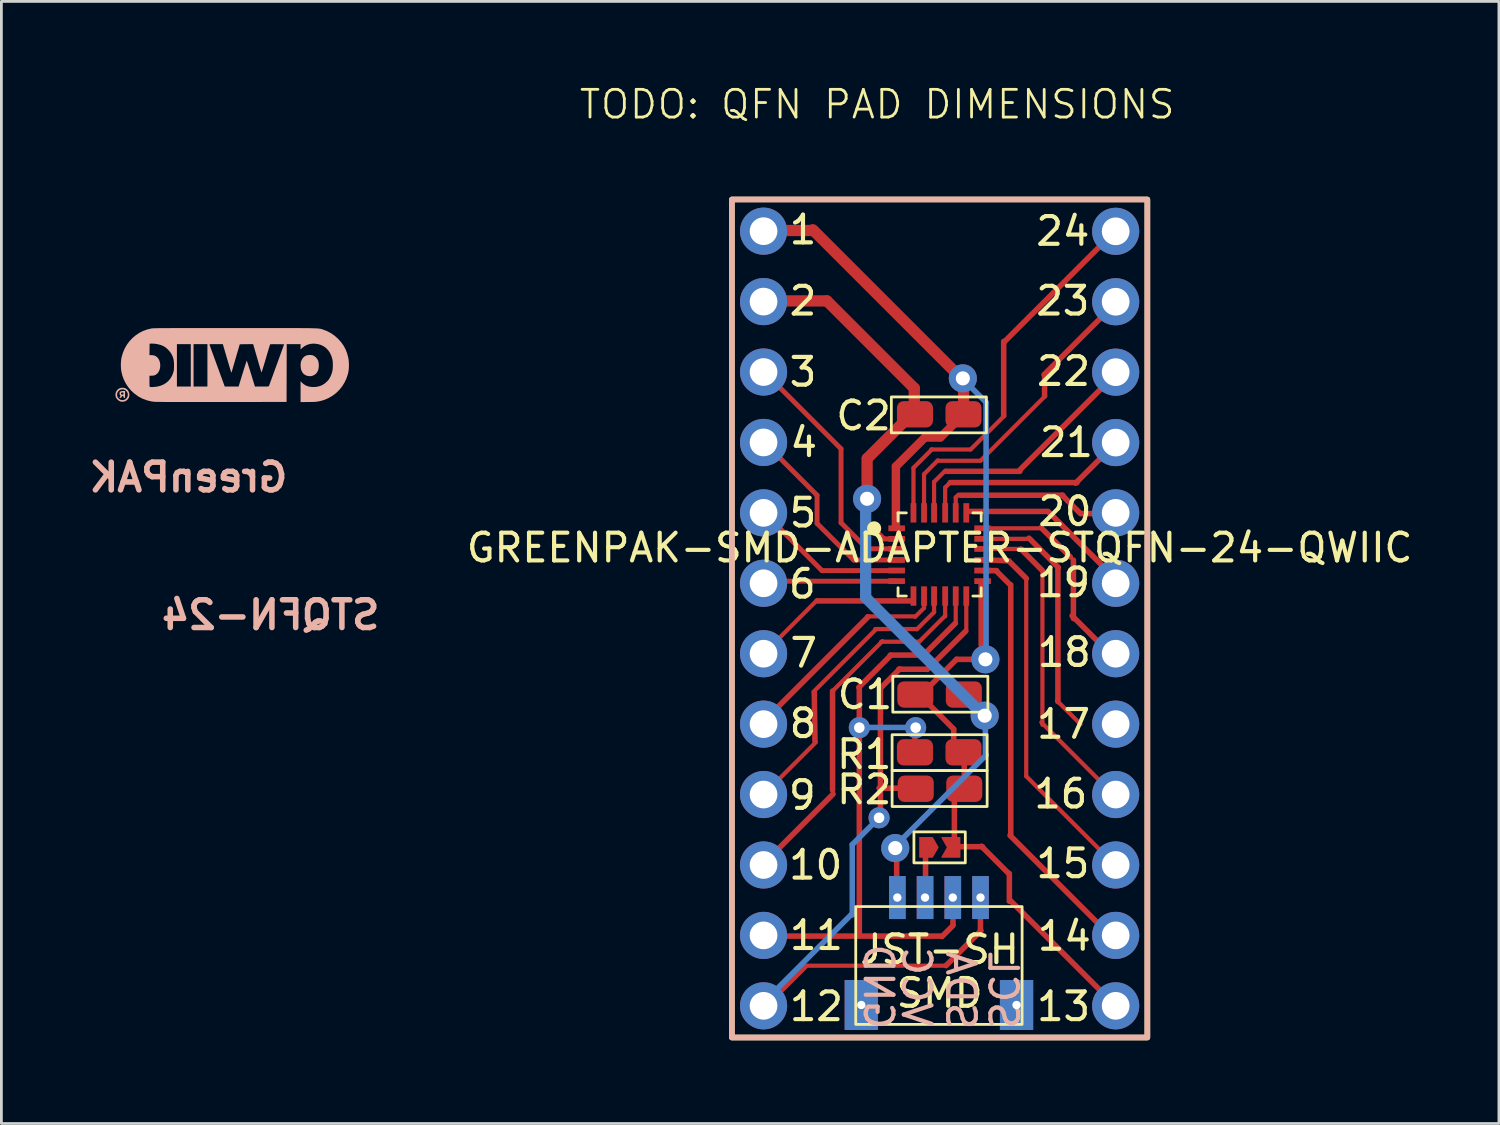
<source format=kicad_pcb>
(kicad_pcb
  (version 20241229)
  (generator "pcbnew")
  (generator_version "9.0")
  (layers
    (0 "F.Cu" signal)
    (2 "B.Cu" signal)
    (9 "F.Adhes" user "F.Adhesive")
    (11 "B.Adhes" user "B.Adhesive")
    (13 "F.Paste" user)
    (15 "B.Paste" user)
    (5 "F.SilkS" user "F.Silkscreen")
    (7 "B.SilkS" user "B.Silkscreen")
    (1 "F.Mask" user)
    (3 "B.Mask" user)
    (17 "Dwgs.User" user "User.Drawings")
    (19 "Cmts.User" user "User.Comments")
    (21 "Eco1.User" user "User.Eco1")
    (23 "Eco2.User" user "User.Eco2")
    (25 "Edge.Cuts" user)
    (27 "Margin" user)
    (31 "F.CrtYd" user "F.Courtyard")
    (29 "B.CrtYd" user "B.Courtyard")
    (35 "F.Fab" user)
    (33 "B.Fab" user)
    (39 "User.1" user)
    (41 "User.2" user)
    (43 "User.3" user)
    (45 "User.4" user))
  (footprint "GREENPAK-SMD-ADAPTER-STQFN-24-QWIIC"
    (layer "F.Cu")
    (at 30.84 19.258)
    (property "Reference" "GREENPAK-SMD-ADAPTER-STQFN-24-QWIIC" (at 0 -2.55 0) (layer "F.SilkS") (effects (font (size 1 1) (thickness 0.15))))
    (attr smd)
    (fp_line (start -6.452 -13.995) (end -4.572 -13.995) (stroke (width 0.406) (type default)) (layer "F.Cu"))
    (fp_line (start -6.375 -11.455) (end -4.064 -11.455) (stroke (width 0.406) (type default)) (layer "F.Cu"))
    (fp_line (start -6.375 -8.941) (end -3.557 -6.122) (stroke (width 0.178) (type default)) (layer "F.Cu"))
    (fp_line (start -6.375 6.375) (end -4.462 4.462) (stroke (width 0.152) (type default)) (layer "F.Cu"))
    (fp_line (start -6.375 8.865) (end -3.843 6.332) (stroke (width 0.2) (type default)) (layer "F.Cu"))
    (fp_line (start -6.375 11.455) (end 0.076 11.455) (stroke (width 0.2) (type default)) (layer "F.Cu"))
    (fp_line (start -6.35 -6.376) (end -4.42 -4.445) (stroke (width 0.178) (type default)) (layer "F.Cu"))
    (fp_line (start -6.325 -3.81) (end -4.244 -1.729) (stroke (width 0.178) (type default)) (layer "F.Cu"))
    (fp_line (start -6.198 -1.346) (end -1.613 -1.346) (stroke (width 0.178) (type default)) (layer "F.Cu"))
    (fp_line (start -6.16 13.856) (end -4.852 12.548) (stroke (width 0.2) (type default)) (layer "F.Cu"))
    (fp_line (start -4.851 12.522) (end 0.254 12.522) (stroke (width 0.152) (type default)) (layer "F.Cu"))
    (fp_line (start -4.572 -14.021) (end 0.893 -8.556) (stroke (width 0.406) (type default)) (layer "F.Cu"))
    (fp_line (start -4.496 4.42) (end -4.521 2.667) (stroke (width 0.2) (type default)) (layer "F.Cu"))
    (fp_line (start -4.422 -0.658) (end -6.35 1.27) (stroke (width 0.152) (type default)) (layer "F.Cu"))
    (fp_line (start -4.42 -4.445) (end -4.42 -3.429) (stroke (width 0.178) (type default)) (layer "F.Cu"))
    (fp_line (start -4.42 -0.635) (end -0.953 -0.635) (stroke (width 0.2) (type default)) (layer "F.Cu"))
    (fp_line (start -4.064 -11.455) (end -0.909 -8.3) (stroke (width 0.406) (type default)) (layer "F.Cu"))
    (fp_line (start -3.861 6.198) (end -3.861 2.616) (stroke (width 0.2) (type default)) (layer "F.Cu"))
    (fp_line (start -3.843 2.599) (end -2.062 0.818) (stroke (width 0.152) (type default)) (layer "F.Cu"))
    (fp_line (start -3.556 -6.121) (end -3.556 -3.454) (stroke (width 0.178) (type default)) (layer "F.Cu"))
    (fp_line (start -3.556 -3.454) (end -2.616 -2.515) (stroke (width 0.178) (type default)) (layer "F.Cu"))
    (fp_line (start -3.099 -2.108) (end -4.42 -3.429) (stroke (width 0.178) (type default)) (layer "F.Cu"))
    (fp_line (start -2.914 2.482) (end -1.755 1.323) (stroke (width 0.2) (type default)) (layer "F.Cu"))
    (fp_line (start -2.896 2.515) (end -2.896 11.43) (stroke (width 0.2) (type default)) (layer "F.Cu"))
    (fp_line (start -2.616 -4.318) (end -2.616 -5.766) (stroke (width 0.406) (type default)) (layer "F.Cu"))
    (fp_line (start -2.616 -3.48) (end -2.616 -4.242) (stroke (width 0.178) (type default)) (layer "F.Cu"))
    (fp_line (start -2.616 -2.515) (end -1.512 -2.515) (stroke (width 0.178) (type default)) (layer "F.Cu"))
    (fp_line (start -2.616 -0.076) (end -0.889 -0.076) (stroke (width 0.152) (type default)) (layer "F.Cu"))
    (fp_line (start -2.605 -5.777) (end -1.081 -7.301) (stroke (width 0.406) (type default)) (layer "F.Cu"))
    (fp_line (start -2.581 -0.06) (end -6.426 3.785) (stroke (width 0.2) (type default)) (layer "F.Cu"))
    (fp_line (start -2.324 0.381) (end -0.826 0.381) (stroke (width 0.152) (type default)) (layer "F.Cu"))
    (fp_line (start -2.287 0.382) (end -4.547 2.642) (stroke (width 0.152) (type default)) (layer "F.Cu"))
    (fp_line (start -2.184 6.121) (end -0.914 6.121) (stroke (width 0.2) (type default)) (layer "F.Cu"))
    (fp_line (start -2.134 2.54) (end -2.134 7.214) (stroke (width 0.2) (type default)) (layer "F.Cu"))
    (fp_line (start -2.108 0.838) (end -0.737 0.838) (stroke (width 0.152) (type default)) (layer "F.Cu"))
    (fp_line (start -2.098 2.479) (end -1.434 1.815) (stroke (width 0.2) (type default)) (layer "F.Cu"))
    (fp_line (start -2.007 -2.872) (end -2.616 -3.481) (stroke (width 0.178) (type default)) (layer "F.Cu"))
    (fp_line (start -1.778 1.321) (end -0.584 1.321) (stroke (width 0.2) (type default)) (layer "F.Cu"))
    (fp_line (start -1.577 -5.485) (end -1.577 -3.358) (stroke (width 0.305) (type default)) (layer "F.Cu"))
    (fp_line (start -1.55 -1.727) (end -4.242 -1.727) (stroke (width 0.178) (type default)) (layer "F.Cu"))
    (fp_line (start -1.549 10.058) (end -1.549 8.306) (stroke (width 0.2) (type default)) (layer "F.Cu"))
    (fp_line (start -1.525 -2.11) (end -3.099 -2.11) (stroke (width 0.178) (type default)) (layer "F.Cu"))
    (fp_line (start -1.5 -2.872) (end -2.007 -2.872) (stroke (width 0.178) (type default)) (layer "F.Cu"))
    (fp_line (start -1.473 1.829) (end -0.457 1.829) (stroke (width 0.2) (type default)) (layer "F.Cu"))
    (fp_line (start -0.943 -5.434) (end -0.273 -6.104) (stroke (width 0.152) (type default)) (layer "F.Cu"))
    (fp_line (start -0.943 -3.81) (end -0.943 -5.434) (stroke (width 0.152) (type default)) (layer "F.Cu"))
    (fp_line (start -0.914 -8.306) (end -0.914 -7.366) (stroke (width 0.406) (type default)) (layer "F.Cu"))
    (fp_line (start -0.889 5.055) (end -0.889 4.064) (stroke (width 0.2) (type default)) (layer "F.Cu"))
    (fp_line (start -0.57 -0.372) (end -0.882 -0.06) (stroke (width 0.152) (type default)) (layer "F.Cu"))
    (fp_line (start -0.562 -5.206) (end -0.064 -5.703) (stroke (width 0.152) (type default)) (layer "F.Cu"))
    (fp_line (start -0.562 -3.81) (end -0.562 -5.206) (stroke (width 0.152) (type default)) (layer "F.Cu"))
    (fp_line (start -0.562 -0.81) (end -0.562 -0.38) (stroke (width 0.152) (type default)) (layer "F.Cu"))
    (fp_line (start -0.529 -6.531) (end -1.574 -5.486) (stroke (width 0.305) (type default)) (layer "F.Cu"))
    (fp_line (start -0.522 2.605) (end 0.613 1.47) (stroke (width 0.2) (type default)) (layer "F.Cu"))
    (fp_line (start -0.512 2.968) (end 0.505 3.985) (stroke (width 0.2) (type default)) (layer "F.Cu"))
    (fp_line (start -0.508 10.135) (end -0.508 8.28) (stroke (width 0.2) (type default)) (layer "F.Cu"))
    (fp_line (start -0.439 1.836) (end 0.94 0.457) (stroke (width 0.2) (type default)) (layer "F.Cu"))
    (fp_line (start -0.305 -6.096) (end 1.118 -6.096) (stroke (width 0.152) (type default)) (layer "F.Cu"))
    (fp_line (start -0.2 -4.926) (end 0.205 -5.331) (stroke (width 0.152) (type default)) (layer "F.Cu"))
    (fp_line (start -0.2 -3.81) (end -0.2 -4.926) (stroke (width 0.152) (type default)) (layer "F.Cu"))
    (fp_line (start -0.2 -0.81) (end -0.2 -0.227) (stroke (width 0.152) (type default)) (layer "F.Cu"))
    (fp_line (start -0.199 -0.231) (end -0.82 0.389) (stroke (width 0.152) (type default)) (layer "F.Cu"))
    (fp_line (start -0.076 -5.69) (end 1.473 -5.69) (stroke (width 0.152) (type default)) (layer "F.Cu"))
    (fp_line (start 0.025 -6.528) (end -0.533 -6.528) (stroke (width 0.305) (type default)) (layer "F.Cu"))
    (fp_line (start 0.2 -4.723) (end 0.33 -4.853) (stroke (width 0.152) (type default)) (layer "F.Cu"))
    (fp_line (start 0.2 -3.81) (end 0.2 -4.723) (stroke (width 0.152) (type default)) (layer "F.Cu"))
    (fp_line (start 0.2 -0.81) (end 0.2 -0.076) (stroke (width 0.152) (type default)) (layer "F.Cu"))
    (fp_line (start 0.201 -0.099) (end -0.735 0.836) (stroke (width 0.152) (type default)) (layer "F.Cu"))
    (fp_line (start 0.229 -5.309) (end 2.896 -5.309) (stroke (width 0.2) (type default)) (layer "F.Cu"))
    (fp_line (start 0.381 -4.902) (end 4.953 -4.902) (stroke (width 0.2) (type default)) (layer "F.Cu"))
    (fp_line (start 0.483 11.049) (end 0.483 10.058) (stroke (width 0.2) (type default)) (layer "F.Cu"))
    (fp_line (start 0.483 11.074) (end 0.086 11.471) (stroke (width 0.2) (type default)) (layer "F.Cu"))
    (fp_line (start 0.508 4.851) (end 0.508 3.988) (stroke (width 0.2) (type default)) (layer "F.Cu"))
    (fp_line (start 0.533 6.185) (end 0.533 8.242) (stroke (width 0.2) (type default)) (layer "F.Cu"))
    (fp_line (start 0.569 0.168) (end -0.574 1.311) (stroke (width 0.2) (type default)) (layer "F.Cu"))
    (fp_line (start 0.581 -4.367) (end 0.681 -4.467) (stroke (width 0.152) (type default)) (layer "F.Cu"))
    (fp_line (start 0.581 -3.81) (end 0.581 -4.367) (stroke (width 0.152) (type default)) (layer "F.Cu"))
    (fp_line (start 0.581 -0.81) (end 0.581 0.178) (stroke (width 0.152) (type default)) (layer "F.Cu"))
    (fp_line (start 0.61 1.473) (end 1.6 1.473) (stroke (width 0.2) (type default)) (layer "F.Cu"))
    (fp_line (start 0.749 -4.445) (end 4.445 -4.445) (stroke (width 0.2) (type default)) (layer "F.Cu"))
    (fp_line (start 0.861 -7.365) (end 0.033 -6.536) (stroke (width 0.305) (type default)) (layer "F.Cu"))
    (fp_line (start 0.864 -8.585) (end 0.864 -7.366) (stroke (width 0.406) (type default)) (layer "F.Cu"))
    (fp_line (start 0.889 4.902) (end 0.889 6.071) (stroke (width 0.2) (type default)) (layer "F.Cu"))
    (fp_line (start 0.962 -0.81) (end 0.962 0.457) (stroke (width 0.152) (type default)) (layer "F.Cu"))
    (fp_line (start 1.12 -6.098) (end 2.332 -7.31) (stroke (width 0.152) (type default)) (layer "F.Cu"))
    (fp_line (start 1.473 -5.69) (end 3.806 -8.023) (stroke (width 0.152) (type default)) (layer "F.Cu"))
    (fp_line (start 1.473 10.033) (end 1.473 11.303) (stroke (width 0.2) (type default)) (layer "F.Cu"))
    (fp_line (start 1.489 11.262) (end 0.231 12.52) (stroke (width 0.2) (type default)) (layer "F.Cu"))
    (fp_line (start 1.499 0.965) (end 1.499 -1.27) (stroke (width 0.2) (type default)) (layer "F.Cu"))
    (fp_line (start 1.549 -1.727) (end 2.057 -1.727) (stroke (width 0.2) (type default)) (layer "F.Cu"))
    (fp_line (start 1.549 8.23) (end 0.483 8.23) (stroke (width 0.2) (type default)) (layer "F.Cu"))
    (fp_line (start 1.55 -2.872) (end 3.277 -2.872) (stroke (width 0.152) (type default)) (layer "F.Cu"))
    (fp_line (start 1.55 -2.51) (end 2.972 -2.51) (stroke (width 0.152) (type default)) (layer "F.Cu"))
    (fp_line (start 1.727 -2.108) (end 2.489 -2.083) (stroke (width 0.2) (type default)) (layer "F.Cu"))
    (fp_line (start 1.85 -3.253) (end 3.581 -3.253) (stroke (width 0.152) (type default)) (layer "F.Cu"))
    (fp_line (start 2.034 -1.725) (end 2.505 -1.255) (stroke (width 0.2) (type default)) (layer "F.Cu"))
    (fp_line (start 2.311 -7.315) (end 2.311 -9.995) (stroke (width 0.2) (type default)) (layer "F.Cu"))
    (fp_line (start 2.319 -9.965) (end 6.325 -13.97) (stroke (width 0.2) (type default)) (layer "F.Cu"))
    (fp_line (start 2.489 -2.083) (end 3.129 -1.443) (stroke (width 0.2) (type default)) (layer "F.Cu"))
    (fp_line (start 2.505 9.211) (end 1.508 8.214) (stroke (width 0.2) (type default)) (layer "F.Cu"))
    (fp_line (start 2.515 10.198) (end 2.515 9.195) (stroke (width 0.2) (type default)) (layer "F.Cu"))
    (fp_line (start 2.539 7.822) (end 6.325 11.608) (stroke (width 0.2) (type default)) (layer "F.Cu"))
    (fp_line (start 2.565 -1.219) (end 2.565 7.823) (stroke (width 0.2) (type default)) (layer "F.Cu"))
    (fp_line (start 2.845 -5.309) (end 6.34 -8.804) (stroke (width 0.2) (type default)) (layer "F.Cu"))
    (fp_line (start 2.934 -2.502) (end 3.708 -1.727) (stroke (width 0.2) (type default)) (layer "F.Cu"))
    (fp_line (start 3.124 -1.422) (end 3.124 5.69) (stroke (width 0.152) (type default)) (layer "F.Cu"))
    (fp_line (start 3.226 -2.896) (end 4.282 -1.84) (stroke (width 0.2) (type default)) (layer "F.Cu"))
    (fp_line (start 3.658 -3.277) (end 4.714 -2.221) (stroke (width 0.2) (type default)) (layer "F.Cu"))
    (fp_line (start 3.708 -1.727) (end 3.708 3.835) (stroke (width 0.152) (type default)) (layer "F.Cu"))
    (fp_line (start 3.767 -8.796) (end 6.375 -11.405) (stroke (width 0.2) (type default)) (layer "F.Cu"))
    (fp_line (start 3.785 -8.026) (end 3.785 -8.788) (stroke (width 0.2) (type default)) (layer "F.Cu"))
    (fp_line (start 3.886 -3.861) (end 0.991 -3.861) (stroke (width 0.2) (type default)) (layer "F.Cu"))
    (fp_line (start 4.267 -1.829) (end 4.267 2.997) (stroke (width 0.2) (type default)) (layer "F.Cu"))
    (fp_line (start 4.418 -4.447) (end 5.08 -3.785) (stroke (width 0.2) (type default)) (layer "F.Cu"))
    (fp_line (start 4.778 -0.099) (end 6.248 1.372) (stroke (width 0.2) (type default)) (layer "F.Cu"))
    (fp_line (start 4.826 -2.108) (end 4.826 0) (stroke (width 0.2) (type default)) (layer "F.Cu"))
    (fp_line (start 4.905 -4.88) (end 6.274 -6.248) (stroke (width 0.2) (type default)) (layer "F.Cu"))
    (fp_line (start 5.08 3.81) (end 4.231 2.961) (stroke (width 0.152) (type default)) (layer "F.Cu"))
    (fp_line (start 5.105 -3.785) (end 6.375 -3.785) (stroke (width 0.2) (type default)) (layer "F.Cu"))
    (fp_line (start 6.274 6.35) (end 3.669 3.745) (stroke (width 0.152) (type default)) (layer "F.Cu"))
    (fp_line (start 6.299 8.865) (end 3.125 5.69) (stroke (width 0.152) (type default)) (layer "F.Cu"))
    (fp_line (start 6.299 13.919) (end 2.568 10.188) (stroke (width 0.2) (type default)) (layer "F.Cu"))
    (fp_line (start 6.336 -1.437) (end 3.912 -3.861) (stroke (width 0.2) (type default)) (layer "F.Cu"))
    (fp_poly (pts (xy -0.261 7.905) (xy -0.711 7.905) (xy -0.711 8.605) (xy -0.261 8.605) (xy -0.061 8.255)) (stroke (width 0.05) (type solid)) (fill yes) (layer "F.Cu"))
    (fp_poly (pts (xy 0.089 7.905) (xy 0.725 7.905) (xy 0.725 8.605) (xy 0.089 8.605) (xy 0.289 8.255)) (stroke (width 0.05) (type solid)) (fill yes) (layer "F.Cu"))
    (fp_poly (pts (xy -0.261 7.905) (xy -0.711 7.905) (xy -0.711 8.605) (xy -0.261 8.605) (xy -0.061 8.255)) (stroke (width 0.1) (type solid)) (fill yes) (layer "F.Mask"))
    (fp_poly (pts (xy 0.09 7.911) (xy 0.726 7.911) (xy 0.726 8.611) (xy 0.09 8.611) (xy 0.29 8.261)) (stroke (width 0.1) (type solid)) (fill yes) (layer "F.Mask"))
    (fp_line (start -6.35 13.843) (end -3.129 10.622) (stroke (width 0.2) (type default)) (layer "B.Cu"))
    (fp_line (start -3.153 8.157) (end -2.184 7.188) (stroke (width 0.2) (type default)) (layer "B.Cu"))
    (fp_line (start -3.15 10.693) (end -3.15 8.153) (stroke (width 0.2) (type default)) (layer "B.Cu"))
    (fp_line (start -2.667 -0.762) (end -2.667 -4.343) (stroke (width 0.406) (type default)) (layer "B.Cu"))
    (fp_line (start -1.6 8.204) (end 1.682 4.922) (stroke (width 0.2) (type default)) (layer "B.Cu"))
    (fp_line (start -0.855 3.929) (end -2.921 3.929) (stroke (width 0.2) (type default)) (layer "B.Cu"))
    (fp_line (start 1.617 3.531) (end -2.669 -0.756) (stroke (width 0.406) (type default)) (layer "B.Cu"))
    (fp_line (start 1.651 4.978) (end 1.651 3.429) (stroke (width 0.2) (type default)) (layer "B.Cu"))
    (fp_line (start 1.67 -7.804) (end 0.813 -8.661) (stroke (width 0.2) (type default)) (layer "B.Cu"))
    (fp_line (start 1.676 1.511) (end 1.676 -7.798) (stroke (width 0.2) (type default)) (layer "B.Cu"))
    (fp_line (start -1.5 -3.81) (end -1.5 -3.51) (stroke (width 0.1) (type default)) (layer "F.SilkS"))
    (fp_line (start -1.5 -3.81) (end -1.2 -3.81) (stroke (width 0.1) (type default)) (layer "F.SilkS"))
    (fp_line (start -1.5 -0.81) (end -1.5 -1.11) (stroke (width 0.1) (type default)) (layer "F.SilkS"))
    (fp_line (start -1.5 -0.81) (end -1.2 -0.81) (stroke (width 0.1) (type default)) (layer "F.SilkS"))
    (fp_line (start 1.5 -3.81) (end 1.2 -3.81) (stroke (width 0.1) (type default)) (layer "F.SilkS"))
    (fp_line (start 1.5 -3.81) (end 1.5 -3.51) (stroke (width 0.1) (type default)) (layer "F.SilkS"))
    (fp_line (start 1.5 -0.81) (end 1.2 -0.81) (stroke (width 0.1) (type default)) (layer "F.SilkS"))
    (fp_line (start 1.5 -0.81) (end 1.5 -1.11) (stroke (width 0.1) (type default)) (layer "F.SilkS"))
    (fp_rect (start -7.493 -15.113) (end 7.493 15.113) (stroke (width 0.203) (type solid)) (fill no) (layer "F.SilkS"))
    (fp_rect (start -3.025 10.39) (end 2.975 14.64) (stroke (width 0.1) (type default)) (fill no) (layer "F.SilkS"))
    (fp_rect (start -1.714 4.191) (end 1.714 5.486) (stroke (width 0.1) (type default)) (fill no) (layer "F.SilkS"))
    (fp_rect (start -1.714 5.486) (end 1.714 6.782) (stroke (width 0.1) (type default)) (fill no) (layer "F.SilkS"))
    (fp_rect (start -1.689 3.378) (end 1.74 2.083) (stroke (width 0.1) (type default)) (fill no) (layer "F.SilkS"))
    (fp_rect (start -0.927 7.696) (end 0.927 8.814) (stroke (width 0.1) (type default)) (fill no) (layer "F.SilkS"))
    (fp_rect (start 1.688 -6.697) (end -1.741 -7.992) (stroke (width 0.1) (type default)) (fill no) (layer "F.SilkS"))
    (fp_circle (center -2.362 -3.25) (end -2.112 -3.25) (stroke (width 0.01) (type solid)) (fill yes) (layer "F.SilkS"))
    (fp_rect (start -7.493 -15.113) (end 7.493 15.113) (stroke (width 0.203) (type solid)) (fill no) (layer "B.SilkS"))
    (fp_poly (pts (xy -22.743 -9.504) (xy -22.821 -9.493) (xy -22.886 -9.466) (xy -22.942 -9.423) (xy -22.988 -9.362) (xy -23.012 -9.317) (xy -23.027 -9.283) (xy -23.037 -9.252) (xy -23.042 -9.217) (xy -23.046 -9.171) (xy -23.047 -9.152) (xy -23.044 -9.053) (xy -23.026 -8.966) (xy -22.993 -8.891) (xy -22.946 -8.83) (xy -22.921 -8.808) (xy -22.858 -8.77) (xy -22.786 -8.747) (xy -22.712 -8.739) (xy -22.639 -8.748) (xy -22.625 -8.752) (xy -22.551 -8.786) (xy -22.49 -8.833) (xy -22.444 -8.895) (xy -22.411 -8.969) (xy -22.394 -9.056) (xy -22.391 -9.151) (xy -22.399 -9.233) (xy -22.417 -9.301) (xy -22.447 -9.359) (xy -22.489 -9.411) (xy -22.505 -9.426) (xy -22.557 -9.466) (xy -22.609 -9.491) (xy -22.668 -9.503) (xy -22.738 -9.505)) (stroke (width 0) (type solid)) (fill yes) (layer "B.SilkS"))
    (fp_poly (pts (xy -29.494 -8.203) (xy -29.537 -8.191) (xy -29.564 -8.173) (xy -29.569 -8.166) (xy -29.579 -8.133) (xy -29.577 -8.096) (xy -29.565 -8.065) (xy -29.559 -8.056) (xy -29.545 -8.041) (xy -29.544 -8.029) (xy -29.555 -8.011) (xy -29.557 -8.009) (xy -29.576 -7.98) (xy -29.583 -7.965) (xy -29.579 -7.958) (xy -29.564 -7.956) (xy -29.557 -7.956) (xy -29.533 -7.96) (xy -29.516 -7.973) (xy -29.505 -7.991) (xy -29.485 -8.018) (xy -29.465 -8.028) (xy -29.448 -8.022) (xy -29.438 -8) (xy -29.437 -7.994) (xy -29.432 -7.971) (xy -29.419 -7.961) (xy -29.407 -7.958) (xy -29.379 -7.955) (xy -29.379 -8.081) (xy -29.379 -8.091) (xy -29.436 -8.091) (xy -29.441 -8.08) (xy -29.457 -8.077) (xy -29.469 -8.076) (xy -29.497 -8.08) (xy -29.516 -8.087) (xy -29.517 -8.088) (xy -29.529 -8.111) (xy -29.524 -8.132) (xy -29.504 -8.148) (xy -29.474 -8.156) (xy -29.466 -8.156) (xy -29.45 -8.154) (xy -29.441 -8.142) (xy -29.437 -8.116) (xy -29.436 -8.091) (xy -29.379 -8.091) (xy -29.379 -8.206) (xy -29.438 -8.206)) (stroke (width 0) (type solid)) (fill yes) (layer "B.SilkS"))
    (fp_poly (pts (xy -29.5 -8.324) (xy -29.566 -8.309) (xy -29.623 -8.278) (xy -29.669 -8.234) (xy -29.703 -8.181) (xy -29.723 -8.121) (xy -29.727 -8.057) (xy -29.715 -7.993) (xy -29.7 -7.959) (xy -29.673 -7.919) (xy -29.635 -7.88) (xy -29.593 -7.848) (xy -29.552 -7.829) (xy -29.551 -7.828) (xy -29.486 -7.818) (xy -29.418 -7.823) (xy -29.382 -7.833) (xy -29.337 -7.857) (xy -29.293 -7.894) (xy -29.257 -7.939) (xy -29.244 -7.962) (xy -29.227 -8.016) (xy -29.223 -8.077) (xy -29.226 -8.095) (xy -29.281 -8.095) (xy -29.282 -8.04) (xy -29.299 -7.989) (xy -29.328 -7.945) (xy -29.367 -7.91) (xy -29.414 -7.886) (xy -29.467 -7.877) (xy -29.524 -7.884) (xy -29.547 -7.892) (xy -29.599 -7.923) (xy -29.636 -7.965) (xy -29.659 -8.013) (xy -29.668 -8.066) (xy -29.662 -8.119) (xy -29.642 -8.168) (xy -29.608 -8.212) (xy -29.559 -8.245) (xy -29.547 -8.251) (xy -29.489 -8.265) (xy -29.431 -8.261) (xy -29.378 -8.24) (xy -29.333 -8.204) (xy -29.299 -8.153) (xy -29.298 -8.151) (xy -29.281 -8.095) (xy -29.226 -8.095) (xy -29.232 -8.139) (xy -29.253 -8.194) (xy -29.296 -8.252) (xy -29.349 -8.294) (xy -29.412 -8.318) (xy -29.483 -8.325)) (stroke (width 0) (type solid)) (fill yes) (layer "B.SilkS"))
    (fp_poly (pts (xy -24.822 -10.476) (xy -25.091 -10.476) (xy -25.379 -10.476) (xy -25.415 -10.476) (xy -25.703 -10.476) (xy -25.972 -10.476) (xy -26.223 -10.476) (xy -26.455 -10.476) (xy -26.67 -10.476) (xy -26.869 -10.476) (xy -27.052 -10.476) (xy -27.219 -10.476) (xy -27.372 -10.475) (xy -27.512 -10.475) (xy -27.638 -10.475) (xy -27.752 -10.474) (xy -27.854 -10.474) (xy -27.944 -10.474) (xy -28.025 -10.473) (xy -28.096 -10.472) (xy -28.158 -10.472) (xy -28.211 -10.471) (xy -28.257 -10.47) (xy -28.296 -10.469) (xy -28.329 -10.468) (xy -28.356 -10.467) (xy -28.379 -10.466) (xy -28.397 -10.464) (xy -28.412 -10.463) (xy -28.424 -10.461) (xy -28.43 -10.46) (xy -28.584 -10.424) (xy -28.732 -10.37) (xy -28.87 -10.299) (xy -28.999 -10.212) (xy -29.117 -10.112) (xy -29.223 -9.998) (xy -29.316 -9.872) (xy -29.394 -9.736) (xy -29.456 -9.59) (xy -29.501 -9.435) (xy -29.511 -9.392) (xy -29.523 -9.307) (xy -29.53 -9.211) (xy -29.531 -9.11) (xy -29.526 -9.012) (xy -29.516 -8.925) (xy -29.514 -8.917) (xy -29.477 -8.76) (xy -29.421 -8.61) (xy -29.348 -8.468) (xy -29.259 -8.335) (xy -29.155 -8.214) (xy -29.036 -8.106) (xy -28.906 -8.012) (xy -28.877 -7.995) (xy -28.74 -7.924) (xy -28.593 -7.87) (xy -28.44 -7.832) (xy -28.332 -7.816) (xy -28.31 -7.815) (xy -28.273 -7.814) (xy -28.22 -7.813) (xy -28.151 -7.812) (xy -28.065 -7.811) (xy -27.962 -7.81) (xy -27.843 -7.809) (xy -27.706 -7.809) (xy -27.551 -7.808) (xy -27.379 -7.808) (xy -27.188 -7.808) (xy -26.979 -7.808) (xy -26.751 -7.808) (xy -26.504 -7.808) (xy -26.238 -7.808) (xy -25.952 -7.808) (xy -25.889 -7.808) (xy -23.554 -7.811) (xy -23.551 -8.854) (xy -23.549 -9.891) (xy -23.642 -9.891) (xy -23.91 -9.151) (xy -23.953 -9.035) (xy -23.993 -8.923) (xy -24.032 -8.818) (xy -24.067 -8.721) (xy -24.099 -8.633) (xy -24.127 -8.557) (xy -24.15 -8.493) (xy -24.169 -8.443) (xy -24.181 -8.408) (xy -24.188 -8.391) (xy -24.189 -8.389) (xy -24.192 -8.382) (xy -24.197 -8.377) (xy -24.206 -8.373) (xy -24.222 -8.37) (xy -24.247 -8.368) (xy -24.282 -8.367) (xy -24.332 -8.367) (xy -24.397 -8.366) (xy -24.447 -8.366) (xy -24.695 -8.366) (xy -24.838 -8.829) (xy -24.867 -8.921) (xy -24.894 -9.008) (xy -24.919 -9.087) (xy -24.941 -9.156) (xy -24.959 -9.214) (xy -24.974 -9.258) (xy -24.984 -9.287) (xy -24.988 -9.299) (xy -24.989 -9.299) (xy -24.993 -9.292) (xy -25.002 -9.267) (xy -25.016 -9.226) (xy -25.034 -9.172) (xy -25.056 -9.105) (xy -25.08 -9.029) (xy -25.107 -8.944) (xy -25.135 -8.852) (xy -25.14 -8.837) (xy -25.284 -8.367) (xy -25.534 -8.367) (xy -25.784 -8.367) (xy -26.058 -9.119) (xy -26.101 -9.236) (xy -26.142 -9.349) (xy -26.18 -9.454) (xy -26.216 -9.551) (xy -26.248 -9.639) (xy -26.276 -9.715) (xy -26.299 -9.779) (xy -26.317 -9.829) (xy -26.33 -9.864) (xy -26.336 -9.882) (xy -26.337 -9.884) (xy -26.334 -9.888) (xy -26.321 -9.891) (xy -26.297 -9.893) (xy -26.259 -9.895) (xy -26.206 -9.896) (xy -26.135 -9.896) (xy -26.097 -9.896) (xy -26.409 -9.896) (xy -26.409 -9.131) (xy -26.409 -8.366) (xy -26.659 -8.366) (xy -26.909 -8.366) (xy -26.909 -9.131) (xy -26.909 -9.896) (xy -27.009 -9.896) (xy -27.009 -9.131) (xy -27.009 -8.366) (xy -27.259 -8.366) (xy -27.509 -8.366) (xy -27.509 -9.126) (xy -27.614 -9.126) (xy -27.614 -9.061) (xy -27.616 -9.011) (xy -27.619 -8.972) (xy -27.623 -8.938) (xy -27.63 -8.907) (xy -27.637 -8.882) (xy -27.68 -8.767) (xy -27.738 -8.664) (xy -27.81 -8.575) (xy -27.896 -8.5) (xy -27.994 -8.439) (xy -28.105 -8.393) (xy -28.227 -8.363) (xy -28.359 -8.349) (xy -28.391 -8.348) (xy -28.43 -8.348) (xy -28.462 -8.349) (xy -28.482 -8.352) (xy -28.483 -8.353) (xy -28.489 -8.357) (xy -28.493 -8.367) (xy -28.496 -8.385) (xy -28.497 -8.414) (xy -28.499 -8.457) (xy -28.499 -8.515) (xy -28.499 -8.558) (xy -28.499 -8.756) (xy -28.422 -8.757) (xy -28.356 -8.761) (xy -28.302 -8.777) (xy -28.253 -8.805) (xy -28.222 -8.83) (xy -28.177 -8.883) (xy -28.143 -8.95) (xy -28.12 -9.026) (xy -28.11 -9.108) (xy -28.114 -9.191) (xy -28.12 -9.228) (xy -28.146 -9.313) (xy -28.185 -9.382) (xy -28.235 -9.436) (xy -28.296 -9.474) (xy -28.368 -9.495) (xy -28.427 -9.499) (xy -28.499 -9.499) (xy -28.497 -9.705) (xy -28.494 -9.911) (xy -28.424 -9.915) (xy -28.321 -9.912) (xy -28.214 -9.896) (xy -28.11 -9.87) (xy -28.014 -9.833) (xy -27.961 -9.805) (xy -27.902 -9.764) (xy -27.841 -9.709) (xy -27.783 -9.647) (xy -27.733 -9.582) (xy -27.702 -9.531) (xy -27.67 -9.466) (xy -27.647 -9.406) (xy -27.631 -9.347) (xy -27.621 -9.283) (xy -27.615 -9.21) (xy -27.614 -9.126) (xy -27.509 -9.126) (xy -27.509 -9.131) (xy -27.509 -9.896) (xy -27.259 -9.896) (xy -27.009 -9.896) (xy -26.909 -9.896) (xy -26.659 -9.896) (xy -26.409 -9.896) (xy -26.097 -9.896) (xy -25.853 -9.896) (xy -25.705 -9.389) (xy -25.676 -9.292) (xy -25.649 -9.201) (xy -25.624 -9.117) (xy -25.602 -9.043) (xy -25.582 -8.979) (xy -25.567 -8.929) (xy -25.556 -8.894) (xy -25.549 -8.875) (xy -25.548 -8.873) (xy -25.54 -8.874) (xy -25.534 -8.889) (xy -25.53 -8.903) (xy -25.521 -8.934) (xy -25.507 -8.981) (xy -25.49 -9.042) (xy -25.469 -9.113) (xy -25.445 -9.195) (xy -25.419 -9.284) (xy -25.392 -9.379) (xy -25.385 -9.403) (xy -25.242 -9.891) (xy -25.001 -9.894) (xy -24.761 -9.897) (xy -24.75 -9.864) (xy -24.746 -9.848) (xy -24.736 -9.815) (xy -24.722 -9.767) (xy -24.704 -9.705) (xy -24.683 -9.632) (xy -24.659 -9.55) (xy -24.633 -9.461) (xy -24.606 -9.367) (xy -24.603 -9.356) (xy -24.576 -9.263) (xy -24.551 -9.175) (xy -24.527 -9.094) (xy -24.506 -9.024) (xy -24.488 -8.964) (xy -24.474 -8.919) (xy -24.465 -8.888) (xy -24.46 -8.874) (xy -24.46 -8.874) (xy -24.455 -8.882) (xy -24.446 -8.907) (xy -24.433 -8.948) (xy -24.415 -9.003) (xy -24.394 -9.07) (xy -24.37 -9.148) (xy -24.344 -9.234) (xy -24.316 -9.328) (xy -24.303 -9.372) (xy -24.275 -9.469) (xy -24.248 -9.56) (xy -24.223 -9.644) (xy -24.201 -9.718) (xy -24.182 -9.781) (xy -24.166 -9.831) (xy -24.156 -9.866) (xy -24.149 -9.885) (xy -24.148 -9.887) (xy -24.137 -9.89) (xy -24.107 -9.892) (xy -24.061 -9.894) (xy -24.001 -9.895) (xy -23.929 -9.894) (xy -23.892 -9.894) (xy -23.642 -9.891) (xy -23.549 -9.891) (xy -23.549 -9.896) (xy -23.299 -9.896) (xy -23.049 -9.896) (xy -23.049 -9.8) (xy -23.049 -9.704) (xy -22.987 -9.762) (xy -22.904 -9.825) (xy -22.81 -9.872) (xy -22.708 -9.902) (xy -22.599 -9.914) (xy -22.539 -9.913) (xy -22.419 -9.897) (xy -22.31 -9.864) (xy -22.211 -9.815) (xy -22.123 -9.749) (xy -22.047 -9.668) (xy -21.985 -9.573) (xy -21.935 -9.463) (xy -21.907 -9.369) (xy -21.897 -9.325) (xy -21.891 -9.281) (xy -21.887 -9.232) (xy -21.886 -9.172) (xy -21.885 -9.136) (xy -21.888 -9.035) (xy -21.898 -8.947) (xy -21.917 -8.866) (xy -21.944 -8.787) (xy -21.975 -8.718) (xy -22.003 -8.665) (xy -22.031 -8.622) (xy -22.065 -8.581) (xy -22.097 -8.547) (xy -22.179 -8.475) (xy -22.265 -8.42) (xy -22.358 -8.382) (xy -22.46 -8.358) (xy -22.554 -8.349) (xy -22.667 -8.352) (xy -22.768 -8.37) (xy -22.859 -8.404) (xy -22.941 -8.455) (xy -22.99 -8.498) (xy -23.049 -8.556) (xy -23.049 -8.181) (xy -23.049 -7.806) (xy -22.802 -7.808) (xy -22.729 -7.808) (xy -22.658 -7.81) (xy -22.594 -7.811) (xy -22.541 -7.813) (xy -22.501 -7.816) (xy -22.485 -7.817) (xy -22.352 -7.839) (xy -22.225 -7.874) (xy -22.099 -7.924) (xy -22.025 -7.959) (xy -21.888 -8.04) (xy -21.762 -8.137) (xy -21.649 -8.248) (xy -21.55 -8.372) (xy -21.466 -8.507) (xy -21.397 -8.652) (xy -21.345 -8.806) (xy -21.322 -8.904) (xy -21.312 -8.98) (xy -21.306 -9.069) (xy -21.305 -9.165) (xy -21.309 -9.259) (xy -21.318 -9.347) (xy -21.328 -9.403) (xy -21.369 -9.561) (xy -21.426 -9.707) (xy -21.498 -9.841) (xy -21.587 -9.967) (xy -21.694 -10.085) (xy -21.715 -10.106) (xy -21.832 -10.208) (xy -21.954 -10.292) (xy -22.084 -10.361) (xy -22.224 -10.415) (xy -22.241 -10.421) (xy -22.257 -10.427) (xy -22.271 -10.432) (xy -22.286 -10.437) (xy -22.3 -10.441) (xy -22.316 -10.445) (xy -22.333 -10.449) (xy -22.353 -10.452) (xy -22.376 -10.455) (xy -22.402 -10.458) (xy -22.434 -10.461) (xy -22.47 -10.463) (xy -22.513 -10.465) (xy -22.562 -10.467) (xy -22.618 -10.469) (xy -22.683 -10.47) (xy -22.756 -10.472) (xy -22.839 -10.473) (xy -22.932 -10.474) (xy -23.035 -10.474) (xy -23.151 -10.475) (xy -23.278 -10.475) (xy -23.418 -10.476) (xy -23.572 -10.476) (xy -23.741 -10.476) (xy -23.924 -10.476) (xy -24.123 -10.476) (xy -24.339 -10.476) (xy -24.571 -10.476)) (stroke (width 0) (type solid)) (fill yes) (layer "B.SilkS"))
    (fp_text user "15" (at 4.445 8.839 0) (unlocked yes) (layer "F.SilkS") (effects (font (size 1 1) (thickness 0.15))))
    (fp_text user "16" (at 4.369 6.325 0) (unlocked yes) (layer "F.SilkS") (effects (font (size 1 1) (thickness 0.15))))
    (fp_text user "2" (at -4.928 -11.455 0) (unlocked yes) (layer "F.SilkS") (effects (font (size 1 1) (thickness 0.15))))
    (fp_text user "19" (at 4.47 -1.295 0) (unlocked yes) (layer "F.SilkS") (effects (font (size 1 1) (thickness 0.15))))
    (fp_text user "20" (at 4.521 -3.861 0) (unlocked yes) (layer "F.SilkS") (effects (font (size 1 1) (thickness 0.15))))
    (fp_text user "21" (at 4.572 -6.35 0) (unlocked yes) (layer "F.SilkS") (effects (font (size 1 1) (thickness 0.15))))
    (fp_text user "JST-SH" (at 0 11.938 0) (unlocked yes) (layer "F.SilkS") (effects (font (size 1 1) (thickness 0.15))))
    (fp_text user "5" (at -4.928 -3.81 0) (unlocked yes) (layer "F.SilkS") (effects (font (size 1 1) (thickness 0.15))))
    (fp_text user "12" (at -4.445 13.995 0) (unlocked yes) (layer "F.SilkS") (effects (font (size 1 1) (thickness 0.15))))
    (fp_text user "9" (at -4.953 6.375 0) (unlocked yes) (layer "F.SilkS") (effects (font (size 1 1) (thickness 0.15))))
    (fp_text user "11" (at -4.445 11.43 0) (unlocked yes) (layer "F.SilkS") (effects (font (size 1 1) (thickness 0.15))))
    (fp_text user "24" (at 4.445 -13.97 0) (unlocked yes) (layer "F.SilkS") (effects (font (size 1 1) (thickness 0.15))))
    (fp_text user "3" (at -4.928 -8.89 0) (unlocked yes) (layer "F.SilkS") (effects (font (size 1 1) (thickness 0.15))))
    (fp_text user "18" (at 4.496 1.219 0) (unlocked yes) (layer "F.SilkS") (effects (font (size 1 1) (thickness 0.15))))
    (fp_text user "7" (at -4.902 1.245 0) (unlocked yes) (layer "F.SilkS") (effects (font (size 1 1) (thickness 0.15))))
    (fp_text user "14" (at 4.496 11.455 0) (unlocked yes) (layer "F.SilkS") (effects (font (size 1 1) (thickness 0.15))))
    (fp_text user "6" (at -4.953 -1.245 0) (unlocked yes) (layer "F.SilkS") (effects (font (size 1 1) (thickness 0.15))))
    (fp_text user "R2" (at -2.718 6.172 0) (unlocked yes) (layer "F.SilkS") (effects (font (size 1 1) (thickness 0.15))))
    (fp_text user "23" (at 4.445 -11.455 0) (unlocked yes) (layer "F.SilkS") (effects (font (size 1 1) (thickness 0.15))))
    (fp_text user "4" (at -4.902 -6.35 0) (unlocked yes) (layer "F.SilkS") (effects (font (size 1 1) (thickness 0.15))))
    (fp_text user "R1" (at -2.718 4.902 0) (unlocked yes) (layer "F.SilkS") (effects (font (size 1 1) (thickness 0.15))))
    (fp_text user "8" (at -4.928 3.785 0) (unlocked yes) (layer "F.SilkS") (effects (font (size 1 1) (thickness 0.15))))
    (fp_text user "C1" (at -2.692 2.743 0) (unlocked yes) (layer "F.SilkS") (effects (font (size 1 1) (thickness 0.15))))
    (fp_text user "17" (at 4.47 3.81 0) (unlocked yes) (layer "F.SilkS") (effects (font (size 1 1) (thickness 0.15))))
    (fp_text user "C2" (at -2.743 -7.315 0) (unlocked yes) (layer "F.SilkS") (effects (font (size 1 1) (thickness 0.15))))
    (fp_text user "10" (at -4.47 8.89 0) (unlocked yes) (layer "F.SilkS") (effects (font (size 1 1) (thickness 0.15))))
    (fp_text user "TODO: QFN PAD DIMENSIONS" (at -13.056 -17.958 0) (unlocked yes) (layer "F.SilkS") (effects (font (size 1 1) (thickness 0.1)) (justify left bottom)))
    (fp_text user "1" (at -4.928 -14.021 0) (unlocked yes) (layer "F.SilkS") (effects (font (size 1 1) (thickness 0.15))))
    (fp_text user "22" (at 4.47 -8.915 0) (unlocked yes) (layer "F.SilkS") (effects (font (size 1 1) (thickness 0.15))))
    (fp_text user "13" (at 4.47 13.995 0) (unlocked yes) (layer "F.SilkS") (effects (font (size 1 1) (thickness 0.15))))
    (fp_text user "SMD" (at 0 13.513 0) (unlocked yes) (layer "F.SilkS") (effects (font (size 1 1) (thickness 0.15))))
    (fp_text user "GreenPAK" (at -27.092 -5.092 0) (unlocked yes) (layer "B.SilkS") (effects (font (size 1 1) (thickness 0.2) (bold yes)) (justify mirror)))
    (fp_text user "SDA" (at 0.762 13.411 270) (unlocked yes) (layer "B.SilkS") (effects (font (size 1 1) (thickness 0.15)) (justify mirror)))
    (fp_text user "SCL" (at 2.286 13.411 270) (unlocked yes) (layer "B.SilkS") (effects (font (size 1 1) (thickness 0.15)) (justify mirror)))
    (fp_text user "VCC" (at -0.838 13.284 270) (unlocked yes) (layer "B.SilkS") (effects (font (size 1 1) (thickness 0.15)) (justify mirror)))
    (fp_text user "STQFN-24" (at -24.13 -0.127 0) (unlocked yes) (layer "B.SilkS") (effects (font (size 1 1) (thickness 0.2) (bold yes)) (justify mirror)))
    (fp_text user "GND" (at -2.21 13.284 270) (unlocked yes) (layer "B.SilkS") (effects (font (size 1 1) (thickness 0.15)) (justify mirror)))
    (pad "" thru_hole rect (at -2.825 13.94) (size 1.2 1.8) (drill 0.3) (layers "*.Cu" "F.Mask" "F.Paste"))
    (pad "" thru_hole rect (at 2.775 13.94) (size 1.2 1.8) (drill 0.3) (layers "*.Cu" "F.Mask" "F.Paste"))
    (pad "1" thru_hole circle (at -6.35 -13.97) (size 1.7 1.7) (drill 1) (layers "*.Cu" "*.Mask"))
    (pad "1" smd rect (at -1.55 -3.253) (size 0.6 0.21) (layers "F.Cu" "F.Mask" "F.Paste"))
    (pad "1" thru_hole circle (at 0.838 -8.661) (size 1.016 1.016) (drill 0.508) (layers "*.Cu"))
    (pad "1" smd roundrect (at 0.861 -7.365 180) (size 1.3 0.95) (layers "F.Cu" "F.Mask" "F.Paste") (roundrect_rratio 0.25))
    (pad "2" thru_hole circle (at -6.35 -11.43) (size 1.7 1.7) (drill 1) (layers "*.Cu" "*.Mask"))
    (pad "2" thru_hole circle (at -2.616 -4.318) (size 1.016 1.016) (drill 0.508) (layers "*.Cu"))
    (pad "2" smd rect (at -1.55 -2.872) (size 0.6 0.21) (layers "F.Cu" "F.Mask" "F.Paste"))
    (pad "2" smd roundrect (at -0.889 -7.365 180) (size 1.3 0.95) (layers "F.Cu" "F.Mask" "F.Paste") (roundrect_rratio 0.25))
    (pad "3" thru_hole circle (at -6.35 -8.89) (size 1.7 1.7) (drill 1) (layers "*.Cu" "*.Mask"))
    (pad "3" smd rect (at -1.55 -2.51) (size 0.6 0.21) (layers "F.Cu" "F.Mask" "F.Paste"))
    (pad "4" thru_hole circle (at -6.35 -6.35) (size 1.7 1.7) (drill 1) (layers "*.Cu" "*.Mask"))
    (pad "4" smd rect (at -1.55 -2.11) (size 0.6 0.21) (layers "F.Cu" "F.Mask" "F.Paste"))
    (pad "5" thru_hole circle (at -6.35 -3.81) (size 1.7 1.7) (drill 1) (layers "*.Cu" "*.Mask"))
    (pad "5" smd rect (at -1.55 -1.729) (size 0.6 0.21) (layers "F.Cu" "F.Mask" "F.Paste"))
    (pad "6" thru_hole circle (at -6.35 -1.27) (size 1.7 1.7) (drill 1) (layers "*.Cu" "*.Mask"))
    (pad "6" smd rect (at -1.55 -1.348) (size 0.6 0.21) (layers "F.Cu" "F.Mask" "F.Paste"))
    (pad "7" thru_hole circle (at -6.35 1.27) (size 1.7 1.7) (drill 1) (layers "*.Cu" "*.Mask"))
    (pad "7" smd rect (at -0.943 -0.81 90) (size 0.7 0.21) (layers "F.Cu" "F.Mask" "F.Paste"))
    (pad "8" thru_hole circle (at -6.35 3.81) (size 1.7 1.7) (drill 1) (layers "*.Cu" "*.Mask"))
    (pad "8" smd rect (at -0.562 -0.81 90) (size 0.7 0.21) (layers "F.Cu" "F.Mask" "F.Paste"))
    (pad "9" thru_hole circle (at -6.35 6.35) (size 1.7 1.7) (drill 1) (layers "*.Cu" "*.Mask"))
    (pad "9" smd rect (at -0.2 -0.81 90) (size 0.7 0.21) (layers "F.Cu" "F.Mask" "F.Paste"))
    (pad "10" thru_hole circle (at -6.35 8.89) (size 1.7 1.7) (drill 1) (layers "*.Cu" "*.Mask"))
    (pad "10" smd rect (at 0.2 -0.81 90) (size 0.7 0.21) (layers "F.Cu" "F.Mask" "F.Paste"))
    (pad "11" thru_hole circle (at -6.35 11.43) (size 1.7 1.7) (drill 1) (layers "*.Cu" "*.Mask"))
    (pad "11" thru_hole circle (at -2.896 3.937) (size 0.762 0.762) (drill 0.381) (layers "*.Cu"))
    (pad "11" smd roundrect (at -0.889 4.826 180) (size 1.3 0.95) (layers "F.Cu" "F.Mask" "F.Paste") (roundrect_rratio 0.25))
    (pad "11" thru_hole circle (at -0.864 3.937) (size 0.762 0.762) (drill 0.381) (layers "*.Cu"))
    (pad "11" thru_hole rect (at 0.475 10.065) (size 0.6 1.55) (drill 0.3) (layers "*.Cu" "F.Mask" "F.Paste"))
    (pad "11" smd rect (at 0.581 -0.81 90) (size 0.7 0.21) (layers "F.Cu" "F.Mask" "F.Paste"))
    (pad "12" thru_hole circle (at -6.35 13.97) (size 1.7 1.7) (drill 1) (layers "*.Cu" "*.Mask"))
    (pad "12" thru_hole circle (at -2.184 7.188) (size 0.762 0.762) (drill 0.381) (layers "*.Cu"))
    (pad "12" smd roundrect (at -0.861 6.14 180) (size 1.3 0.95) (layers "F.Cu" "F.Mask" "F.Paste") (roundrect_rratio 0.25))
    (pad "12" smd rect (at 0.962 -0.81 90) (size 0.7 0.21) (layers "F.Cu" "F.Mask" "F.Paste"))
    (pad "12" thru_hole rect (at 1.475 10.065) (size 0.6 1.55) (drill 0.3) (layers "*.Cu" "F.Mask" "F.Paste"))
    (pad "13" smd roundrect (at -0.876 2.743 180) (size 1.3 0.95) (layers "F.Cu" "F.Mask" "F.Paste") (roundrect_rratio 0.25))
    (pad "13" thru_hole rect (at -0.525 10.065) (size 0.6 1.55) (drill 0.3) (layers "*.Cu" "F.Mask" "F.Paste"))
    (pad "13" smd roundrect (at 0.861 4.826 180) (size 1.3 0.95) (layers "F.Cu" "F.Mask" "F.Paste") (roundrect_rratio 0.25))
    (pad "13" smd roundrect (at 0.889 6.14 180) (size 1.3 0.95) (layers "F.Cu" "F.Mask" "F.Paste") (roundrect_rratio 0.25))
    (pad "13" smd rect (at 1.55 -1.348) (size 0.6 0.21) (layers "F.Cu" "F.Mask" "F.Paste"))
    (pad "13" thru_hole circle (at 1.651 1.473) (size 1.016 1.016) (drill 0.508) (layers "*.Cu"))
    (pad "13" thru_hole circle (at 6.35 13.97) (size 1.7 1.7) (drill 1) (layers "*.Cu" "*.Mask"))
    (pad "14" thru_hole circle (at -1.6 8.28) (size 1.016 1.016) (drill 0.508) (layers "*.Cu"))
    (pad "14" thru_hole rect (at -1.525 10.065) (size 0.6 1.55) (drill 0.3) (layers "*.Cu" "F.Mask" "F.Paste"))
    (pad "14" smd roundrect (at 0.874 2.743 180) (size 1.3 0.95) (layers "F.Cu" "F.Mask" "F.Paste") (roundrect_rratio 0.25))
    (pad "14" smd rect (at 1.55 -1.729) (size 0.6 0.21) (layers "F.Cu" "F.Mask" "F.Paste"))
    (pad "14" thru_hole circle (at 1.626 3.505) (size 1.016 1.016) (drill 0.508) (layers "*.Cu"))
    (pad "14" thru_hole circle (at 6.35 11.43) (size 1.7 1.7) (drill 1) (layers "*.Cu" "*.Mask"))
    (pad "15" smd rect (at 1.55 -2.11) (size 0.6 0.21) (layers "F.Cu" "F.Mask" "F.Paste"))
    (pad "15" thru_hole circle (at 6.35 8.89) (size 1.7 1.7) (drill 1) (layers "*.Cu" "*.Mask"))
    (pad "16" smd rect (at 1.55 -2.51) (size 0.6 0.21) (layers "F.Cu" "F.Mask" "F.Paste"))
    (pad "16" thru_hole circle (at 6.35 6.35) (size 1.7 1.7) (drill 1) (layers "*.Cu" "*.Mask"))
    (pad "17" smd rect (at 1.55 -2.872) (size 0.6 0.21) (layers "F.Cu" "F.Mask" "F.Paste"))
    (pad "17" thru_hole circle (at 6.35 3.81) (size 1.7 1.7) (drill 1) (layers "*.Cu" "*.Mask"))
    (pad "18" smd rect (at 1.55 -3.253) (size 0.6 0.21) (layers "F.Cu" "F.Mask" "F.Paste"))
    (pad "18" thru_hole circle (at 6.35 1.27) (size 1.7 1.7) (drill 1) (layers "*.Cu" "*.Mask"))
    (pad "19" smd rect (at 0.962 -3.81 90) (size 0.7 0.21) (layers "F.Cu" "F.Mask" "F.Paste"))
    (pad "19" thru_hole circle (at 6.35 -1.27) (size 1.7 1.7) (drill 1) (layers "*.Cu" "*.Mask"))
    (pad "20" smd rect (at 0.581 -3.81 90) (size 0.7 0.21) (layers "F.Cu" "F.Mask" "F.Paste"))
    (pad "20" thru_hole circle (at 6.35 -3.81) (size 1.7 1.7) (drill 1) (layers "*.Cu" "*.Mask"))
    (pad "21" smd rect (at 0.2 -3.81 90) (size 0.7 0.21) (layers "F.Cu" "F.Mask" "F.Paste"))
    (pad "21" thru_hole circle (at 6.35 -6.345) (size 1.7 1.7) (drill 1) (layers "*.Cu" "*.Mask"))
    (pad "22" smd rect (at -0.2 -3.81 90) (size 0.7 0.21) (layers "F.Cu" "F.Mask" "F.Paste"))
    (pad "22" thru_hole circle (at 6.35 -8.885) (size 1.7 1.7) (drill 1) (layers "*.Cu" "*.Mask"))
    (pad "23" smd rect (at -0.562 -3.81 90) (size 0.7 0.21) (layers "F.Cu" "F.Mask" "F.Paste"))
    (pad "23" thru_hole circle (at 6.35 -11.425) (size 1.7 1.7) (drill 1) (layers "*.Cu" "*.Mask"))
    (pad "24" smd rect (at -0.943 -3.81 90) (size 0.7 0.21) (layers "F.Cu" "F.Mask" "F.Paste"))
    (pad "24" thru_hole circle (at 6.35 -13.965) (size 1.7 1.7) (drill 1) (layers "*.Cu" "*.Mask")))
  (gr_rect
    (start -3 -3)
    (end 51.013 37.472)
    (stroke (width 0.1) (type default))
    (fill no)
    (layer "Edge.Cuts")))
</source>
